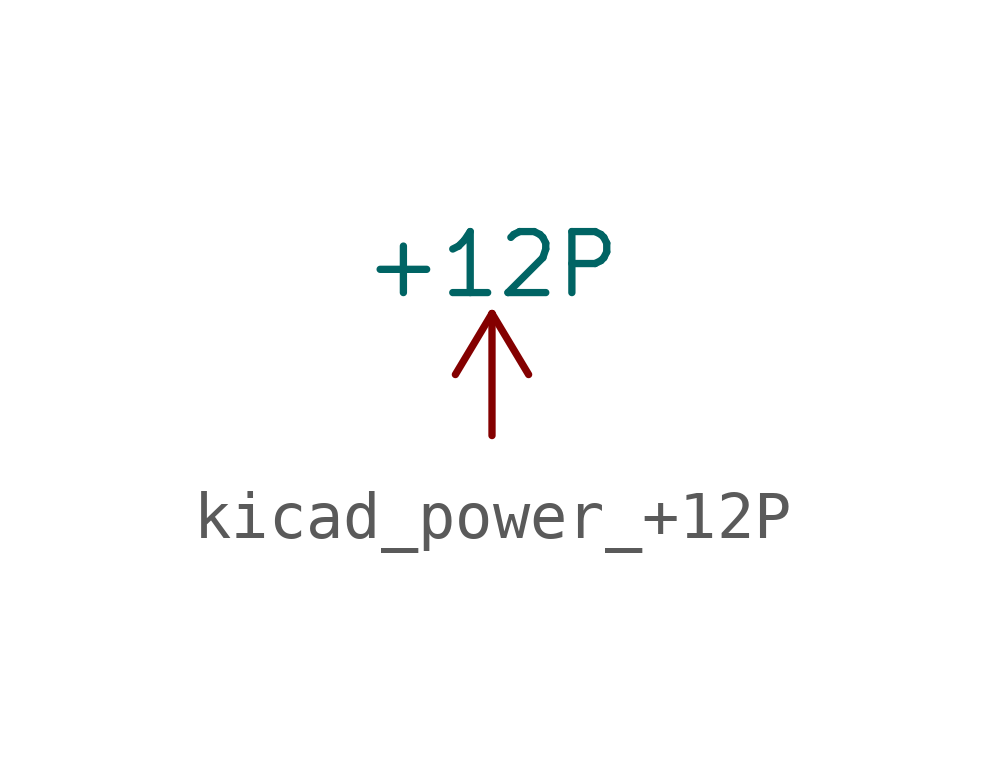
<source format=kicad_sym>
(kicad_symbol_lib
  (version 20220914)
  (generator kicad_symbol_editor)
  (symbol "kicad_power_+12P"
    (power)
    (pin_names
      (offset 0))
    (property "Reference" "#PWR"
      (at 0 -3.81 0)
      (effects (font (size 1.27 1.27)) hide))
    (property "Value" "+12P"
      (at 0 3.556 0)
      (effects (font (size 1.27 1.27))))
    (symbol "kicad_power_+12P_0_1"
      (polyline (pts (xy -0.762 1.27) (xy 0 2.54)) (stroke (width 0) (type default)) (fill (type none)))
      (polyline (pts (xy 0 0) (xy 0 2.54)) (stroke (width 0) (type default)) (fill (type none)))
      (polyline (pts (xy 0 2.54) (xy 0.762 1.27)) (stroke (width 0) (type default)) (fill (type none))))
    (symbol "kicad_power_+12P_1_1"
      (pin power_in line (at 0 0 90) (length 0) hide (name "+12P" (effects (font (size 1.27 1.27)))) (number "1" (effects (font (size 1.27 1.27))))))))
</source>
